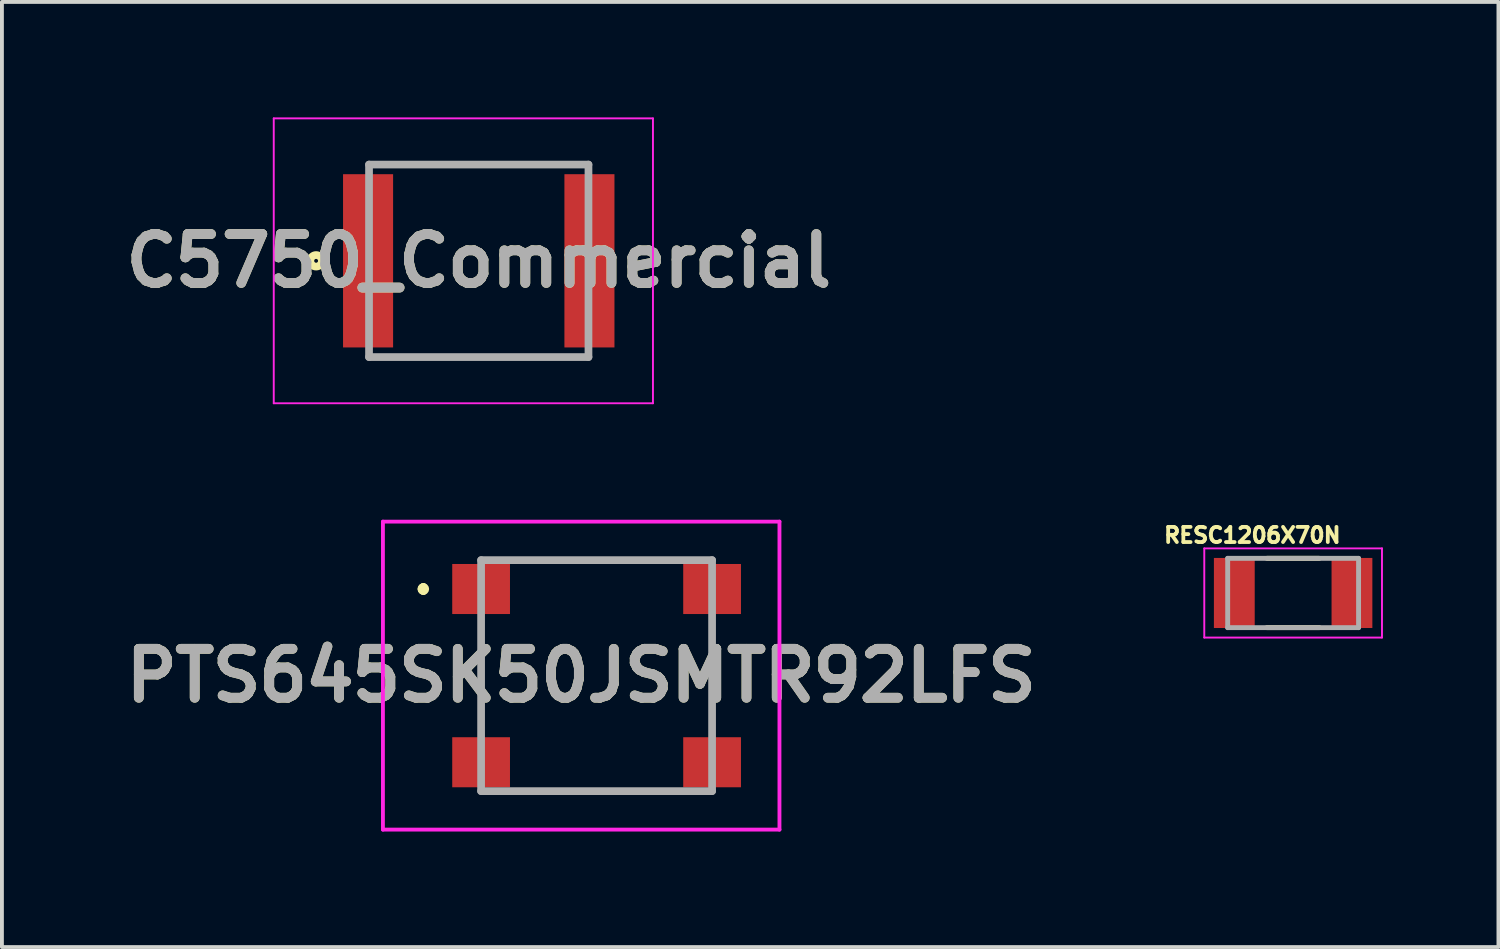
<source format=kicad_pcb>
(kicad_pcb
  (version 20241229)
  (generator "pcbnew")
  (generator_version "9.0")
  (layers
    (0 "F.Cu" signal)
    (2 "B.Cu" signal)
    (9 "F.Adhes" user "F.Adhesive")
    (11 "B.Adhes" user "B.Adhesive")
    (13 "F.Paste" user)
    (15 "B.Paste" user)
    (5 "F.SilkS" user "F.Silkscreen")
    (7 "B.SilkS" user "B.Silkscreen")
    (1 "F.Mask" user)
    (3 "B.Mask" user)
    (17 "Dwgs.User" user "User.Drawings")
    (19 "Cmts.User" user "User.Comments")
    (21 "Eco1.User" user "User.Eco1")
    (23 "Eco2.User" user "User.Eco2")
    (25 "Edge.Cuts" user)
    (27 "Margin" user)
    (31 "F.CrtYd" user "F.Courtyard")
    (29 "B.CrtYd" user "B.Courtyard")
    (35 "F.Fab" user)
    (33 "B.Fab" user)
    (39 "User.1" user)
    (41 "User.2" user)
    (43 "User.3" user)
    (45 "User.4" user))
  (footprint "RESC1206X70N"
    (layer "F.Cu")
    (at 30.54 12.353)
    (property "Reference" "RESC1206X70N" (at -1.06 -1.5 0) (layer "F.SilkS") (effects (font (size 0.394 0.394) (thickness 0.15))))
    (attr through_hole)
    (fp_line (start -0.68 -0.9) (end 0.68 -0.9) (stroke (width 0.127) (type solid)) (layer "F.SilkS"))
    (fp_line (start -0.68 0.9) (end 0.68 0.9) (stroke (width 0.127) (type solid)) (layer "F.SilkS"))
    (fp_line (start -2.308 -1.158) (end 2.308 -1.158) (stroke (width 0.05) (type solid)) (layer "F.CrtYd"))
    (fp_line (start -2.308 1.158) (end -2.308 -1.158) (stroke (width 0.05) (type solid)) (layer "F.CrtYd"))
    (fp_line (start -2.308 1.158) (end 2.308 1.158) (stroke (width 0.05) (type solid)) (layer "F.CrtYd"))
    (fp_line (start 2.308 1.158) (end 2.308 -1.158) (stroke (width 0.05) (type solid)) (layer "F.CrtYd"))
    (fp_line (start -1.7 0.9) (end -1.7 -0.9) (stroke (width 0.127) (type solid)) (layer "F.Fab"))
    (fp_line (start 1.7 -0.9) (end -1.7 -0.9) (stroke (width 0.127) (type solid)) (layer "F.Fab"))
    (fp_line (start 1.7 0.9) (end -1.7 0.9) (stroke (width 0.127) (type solid)) (layer "F.Fab"))
    (fp_line (start 1.7 0.9) (end 1.7 -0.9) (stroke (width 0.127) (type solid)) (layer "F.Fab"))
    (pad "1" smd rect (at -1.528 0) (size 1.06 1.82) (layers "F.Cu" "F.Mask" "F.Paste"))
    (pad "2" smd rect (at 1.528 0) (size 1.06 1.82) (layers "F.Cu" "F.Mask" "F.Paste")))
  (footprint "PTS645SK50JSMTR92LFS"
    (layer "F.Cu")
    (at 12.447 14.5)
    (property "Reference" "PTS645SK50JSMTR92LFS" (at -0.4 0 0) (layer "F.SilkS") (effects (font (size 1.27 1.27) (thickness 0.254))))
    (attr smd)
    (fp_line (start -4.5 -2.3) (end -4.5 -2.3) (stroke (width 0.2) (type solid)) (layer "F.SilkS"))
    (fp_line (start -4.5 -2.3) (end -4.5 -2.3) (stroke (width 0.2) (type solid)) (layer "F.SilkS"))
    (fp_line (start -4.5 -2.2) (end -4.5 -2.2) (stroke (width 0.2) (type solid)) (layer "F.SilkS"))
    (fp_line (start -3 -1) (end -3 -1) (stroke (width 0.1) (type solid)) (layer "F.SilkS"))
    (fp_line (start -3 -1) (end -3 1) (stroke (width 0.1) (type solid)) (layer "F.SilkS"))
    (fp_line (start -3 1) (end -3 -1) (stroke (width 0.1) (type solid)) (layer "F.SilkS"))
    (fp_line (start -3 1) (end -3 1) (stroke (width 0.1) (type solid)) (layer "F.SilkS"))
    (fp_line (start -1.75 -3) (end -1.75 -3) (stroke (width 0.1) (type solid)) (layer "F.SilkS"))
    (fp_line (start -1.75 -3) (end 1.75 -3) (stroke (width 0.1) (type solid)) (layer "F.SilkS"))
    (fp_line (start -1.75 3) (end -1.75 3) (stroke (width 0.1) (type solid)) (layer "F.SilkS"))
    (fp_line (start -1.75 3) (end 1.75 3) (stroke (width 0.1) (type solid)) (layer "F.SilkS"))
    (fp_line (start 1.75 -3) (end -1.75 -3) (stroke (width 0.1) (type solid)) (layer "F.SilkS"))
    (fp_line (start 1.75 -3) (end 1.75 -3) (stroke (width 0.1) (type solid)) (layer "F.SilkS"))
    (fp_line (start 1.75 3) (end -1.75 3) (stroke (width 0.1) (type solid)) (layer "F.SilkS"))
    (fp_line (start 1.75 3) (end 1.75 3) (stroke (width 0.1) (type solid)) (layer "F.SilkS"))
    (fp_line (start 3 -1) (end 3 -1) (stroke (width 0.1) (type solid)) (layer "F.SilkS"))
    (fp_line (start 3 -1) (end 3 1) (stroke (width 0.1) (type solid)) (layer "F.SilkS"))
    (fp_line (start 3 1) (end 3 -1) (stroke (width 0.1) (type solid)) (layer "F.SilkS"))
    (fp_line (start 3 1) (end 3 1) (stroke (width 0.1) (type solid)) (layer "F.SilkS"))
    (fp_arc (start -4.5 -2.3) (mid -4.45 -2.25) (end -4.5 -2.2) (stroke (width 0.2) (type solid)) (layer "F.SilkS"))
    (fp_arc (start -4.5 -2.2) (mid -4.55 -2.25) (end -4.5 -2.3) (stroke (width 0.2) (type solid)) (layer "F.SilkS"))
    (fp_arc (start -4.5 -2.2) (mid -4.55 -2.25) (end -4.5 -2.3) (stroke (width 0.2) (type solid)) (layer "F.SilkS"))
    (fp_line (start -5.55 -4) (end 4.75 -4) (stroke (width 0.1) (type solid)) (layer "F.CrtYd"))
    (fp_line (start -5.55 4) (end -5.55 -4) (stroke (width 0.1) (type solid)) (layer "F.CrtYd"))
    (fp_line (start 4.75 -4) (end 4.75 4) (stroke (width 0.1) (type solid)) (layer "F.CrtYd"))
    (fp_line (start 4.75 4) (end -5.55 4) (stroke (width 0.1) (type solid)) (layer "F.CrtYd"))
    (fp_line (start -3 -3) (end -3 3) (stroke (width 0.2) (type solid)) (layer "F.Fab"))
    (fp_line (start -3 3) (end 3 3) (stroke (width 0.2) (type solid)) (layer "F.Fab"))
    (fp_line (start 3 -3) (end -3 -3) (stroke (width 0.2) (type solid)) (layer "F.Fab"))
    (fp_line (start 3 3) (end 3 -3) (stroke (width 0.2) (type solid)) (layer "F.Fab"))
    (fp_text user "${REFERENCE}" (at -0.4 0 0) (layer "F.Fab") (effects (font (size 1.27 1.27) (thickness 0.254))))
    (pad "A1" smd rect (at -3 -2.25 90) (size 1.3 1.5) (layers "F.Cu" "F.Mask" "F.Paste"))
    (pad "B1" smd rect (at 3 -2.25 90) (size 1.3 1.5) (layers "F.Cu" "F.Mask" "F.Paste"))
    (pad "C1" smd rect (at -3 2.25 90) (size 1.3 1.5) (layers "F.Cu" "F.Mask" "F.Paste"))
    (pad "D1" smd rect (at 3 2.25 90) (size 1.3 1.5) (layers "F.Cu" "F.Mask" "F.Paste")))
  (footprint "C5750_Commercial"
    (layer "F.Cu")
    (at 9.386 3.725)
    (property "Reference" "C5750_Commercial" (at 0 0 0) (layer "F.SilkS") (effects (font (size 1.27 1.27) (thickness 0.254))))
    (attr smd)
    (fp_circle (center -4.225 0) (end -4.225 0.05) (stroke (width 0.2) (type solid)) (fill no) (layer "F.SilkS"))
    (fp_line (start -5.325 -3.7) (end 4.525 -3.7) (stroke (width 0.05) (type solid)) (layer "F.CrtYd"))
    (fp_line (start -5.325 3.7) (end -5.325 -3.7) (stroke (width 0.05) (type solid)) (layer "F.CrtYd"))
    (fp_line (start 4.525 -3.7) (end 4.525 3.7) (stroke (width 0.05) (type solid)) (layer "F.CrtYd"))
    (fp_line (start 4.525 3.7) (end -5.325 3.7) (stroke (width 0.05) (type solid)) (layer "F.CrtYd"))
    (fp_line (start -2.85 -2.5) (end 2.85 -2.5) (stroke (width 0.2) (type solid)) (layer "F.Fab"))
    (fp_line (start -2.85 2.5) (end -2.85 -2.5) (stroke (width 0.2) (type solid)) (layer "F.Fab"))
    (fp_line (start 2.85 -2.5) (end 2.85 2.5) (stroke (width 0.2) (type solid)) (layer "F.Fab"))
    (fp_line (start 2.85 2.5) (end -2.85 2.5) (stroke (width 0.2) (type solid)) (layer "F.Fab"))
    (fp_text user "${REFERENCE}" (at 0 0 0) (layer "F.Fab") (effects (font (size 1.27 1.27) (thickness 0.254))))
    (pad "1" smd rect (at -2.875 0) (size 1.3 4.5) (layers "F.Cu" "F.Mask" "F.Paste"))
    (pad "2" smd rect (at 2.875 0) (size 1.3 4.5) (layers "F.Cu" "F.Mask" "F.Paste")))
  (gr_rect
    (start -3 -3)
    (end 35.873 21.55)
    (stroke (width 0.1) (type default))
    (fill no)
    (layer "Edge.Cuts")))
</source>
